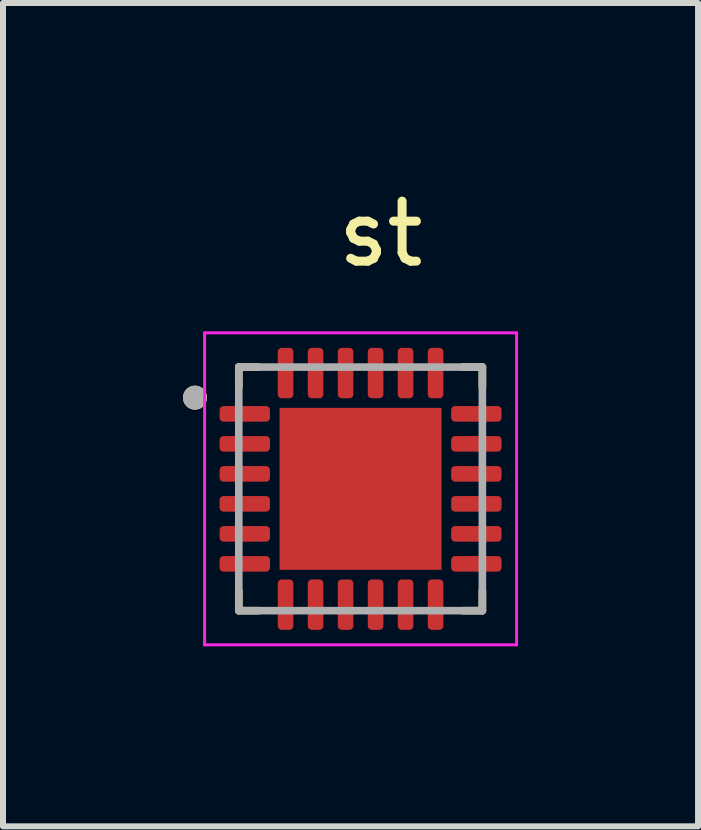
<source format=kicad_pcb>
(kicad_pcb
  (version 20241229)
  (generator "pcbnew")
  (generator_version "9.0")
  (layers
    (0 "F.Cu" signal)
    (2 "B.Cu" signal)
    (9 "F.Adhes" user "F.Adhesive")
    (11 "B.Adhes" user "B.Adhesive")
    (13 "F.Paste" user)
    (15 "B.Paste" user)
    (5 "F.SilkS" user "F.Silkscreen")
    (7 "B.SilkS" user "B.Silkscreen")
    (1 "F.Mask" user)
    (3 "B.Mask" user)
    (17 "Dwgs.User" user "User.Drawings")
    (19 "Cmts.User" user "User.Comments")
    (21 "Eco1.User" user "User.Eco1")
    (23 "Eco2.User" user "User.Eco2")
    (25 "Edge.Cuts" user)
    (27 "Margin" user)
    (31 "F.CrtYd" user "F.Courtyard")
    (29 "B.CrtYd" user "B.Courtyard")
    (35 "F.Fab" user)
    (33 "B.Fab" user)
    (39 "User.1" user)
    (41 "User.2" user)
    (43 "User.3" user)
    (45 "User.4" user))
  (footprint "st"
    (layer "F.Cu")
    (at 2.96 5.098)
    (property "Reference" "st" (at 0.335 -4.25 0) (layer "F.SilkS") (effects (font (size 1 1) (thickness 0.15))))
    (attr smd)
    (fp_line (start -2.03 -2.03) (end -2.03 -1.7) (stroke (width 0.127) (type solid)) (layer "F.SilkS"))
    (fp_line (start -2.03 -2.03) (end -1.7 -2.03) (stroke (width 0.127) (type solid)) (layer "F.SilkS"))
    (fp_line (start -2.03 2.03) (end -2.03 1.7) (stroke (width 0.127) (type solid)) (layer "F.SilkS"))
    (fp_line (start -2.03 2.03) (end -1.7 2.03) (stroke (width 0.127) (type solid)) (layer "F.SilkS"))
    (fp_line (start 2.03 -2.03) (end 1.7 -2.03) (stroke (width 0.127) (type solid)) (layer "F.SilkS"))
    (fp_line (start 2.03 -2.03) (end 2.03 -1.7) (stroke (width 0.127) (type solid)) (layer "F.SilkS"))
    (fp_line (start 2.03 2.03) (end 1.7 2.03) (stroke (width 0.127) (type solid)) (layer "F.SilkS"))
    (fp_line (start 2.03 2.03) (end 2.03 1.7) (stroke (width 0.127) (type solid)) (layer "F.SilkS"))
    (fp_circle (center -2.76 -1.52) (end -2.66 -1.52) (stroke (width 0.2) (type solid)) (fill no) (layer "F.SilkS"))
    (fp_poly (pts (xy -1.09 -1.09) (xy -0.13 -1.09) (xy -0.13 -0.13) (xy -1.09 -0.13)) (stroke (width 0.01) (type solid)) (fill yes) (layer "F.Paste"))
    (fp_poly (pts (xy -1.09 0.13) (xy -0.13 0.13) (xy -0.13 1.09) (xy -1.09 1.09)) (stroke (width 0.01) (type solid)) (fill yes) (layer "F.Paste"))
    (fp_poly (pts (xy 0.13 -1.09) (xy 1.09 -1.09) (xy 1.09 -0.13) (xy 0.13 -0.13)) (stroke (width 0.01) (type solid)) (fill yes) (layer "F.Paste"))
    (fp_poly (pts (xy 0.13 0.13) (xy 1.09 0.13) (xy 1.09 1.09) (xy 0.13 1.09)) (stroke (width 0.01) (type solid)) (fill yes) (layer "F.Paste"))
    (fp_line (start -2.6 -2.6) (end 2.6 -2.6) (stroke (width 0.05) (type solid)) (layer "F.CrtYd"))
    (fp_line (start -2.6 2.6) (end -2.6 -2.6) (stroke (width 0.05) (type solid)) (layer "F.CrtYd"))
    (fp_line (start -2.6 2.6) (end 2.6 2.6) (stroke (width 0.05) (type solid)) (layer "F.CrtYd"))
    (fp_line (start 2.6 2.6) (end 2.6 -2.6) (stroke (width 0.05) (type solid)) (layer "F.CrtYd"))
    (fp_line (start -2.03 2.03) (end -2.03 -2.03) (stroke (width 0.127) (type solid)) (layer "F.Fab"))
    (fp_line (start 2.03 -2.03) (end -2.03 -2.03) (stroke (width 0.127) (type solid)) (layer "F.Fab"))
    (fp_line (start 2.03 2.03) (end -2.03 2.03) (stroke (width 0.127) (type solid)) (layer "F.Fab"))
    (fp_line (start 2.03 2.03) (end 2.03 -2.03) (stroke (width 0.127) (type solid)) (layer "F.Fab"))
    (fp_circle (center -2.76 -1.52) (end -2.66 -1.52) (stroke (width 0.2) (type solid)) (fill no) (layer "F.Fab"))
    (pad "1" smd roundrect (at -1.93 -1.25) (size 0.84 0.26) (layers "F.Cu" "F.Mask" "F.Paste") (roundrect_rratio 0.25))
    (pad "2" smd roundrect (at -1.93 -0.75) (size 0.84 0.26) (layers "F.Cu" "F.Mask" "F.Paste") (roundrect_rratio 0.25))
    (pad "3" smd roundrect (at -1.93 -0.25) (size 0.84 0.26) (layers "F.Cu" "F.Mask" "F.Paste") (roundrect_rratio 0.25))
    (pad "4" smd roundrect (at -1.93 0.25) (size 0.84 0.26) (layers "F.Cu" "F.Mask" "F.Paste") (roundrect_rratio 0.25))
    (pad "5" smd roundrect (at -1.93 0.75) (size 0.84 0.26) (layers "F.Cu" "F.Mask" "F.Paste") (roundrect_rratio 0.25))
    (pad "6" smd roundrect (at -1.93 1.25) (size 0.84 0.26) (layers "F.Cu" "F.Mask" "F.Paste") (roundrect_rratio 0.25))
    (pad "7" smd roundrect (at -1.25 1.93) (size 0.26 0.84) (layers "F.Cu" "F.Mask" "F.Paste") (roundrect_rratio 0.25))
    (pad "8" smd roundrect (at -0.75 1.93) (size 0.26 0.84) (layers "F.Cu" "F.Mask" "F.Paste") (roundrect_rratio 0.25))
    (pad "9" smd roundrect (at -0.25 1.93) (size 0.26 0.84) (layers "F.Cu" "F.Mask" "F.Paste") (roundrect_rratio 0.25))
    (pad "10" smd roundrect (at 0.25 1.93) (size 0.26 0.84) (layers "F.Cu" "F.Mask" "F.Paste") (roundrect_rratio 0.25))
    (pad "11" smd roundrect (at 0.75 1.93) (size 0.26 0.84) (layers "F.Cu" "F.Mask" "F.Paste") (roundrect_rratio 0.25))
    (pad "12" smd roundrect (at 1.25 1.93) (size 0.26 0.84) (layers "F.Cu" "F.Mask" "F.Paste") (roundrect_rratio 0.25))
    (pad "13" smd roundrect (at 1.93 1.25) (size 0.84 0.26) (layers "F.Cu" "F.Mask" "F.Paste") (roundrect_rratio 0.25))
    (pad "14" smd roundrect (at 1.93 0.75) (size 0.84 0.26) (layers "F.Cu" "F.Mask" "F.Paste") (roundrect_rratio 0.25))
    (pad "15" smd roundrect (at 1.93 0.25) (size 0.84 0.26) (layers "F.Cu" "F.Mask" "F.Paste") (roundrect_rratio 0.25))
    (pad "16" smd roundrect (at 1.93 -0.25) (size 0.84 0.26) (layers "F.Cu" "F.Mask" "F.Paste") (roundrect_rratio 0.25))
    (pad "17" smd roundrect (at 1.93 -0.75) (size 0.84 0.26) (layers "F.Cu" "F.Mask" "F.Paste") (roundrect_rratio 0.25))
    (pad "18" smd roundrect (at 1.93 -1.25) (size 0.84 0.26) (layers "F.Cu" "F.Mask" "F.Paste") (roundrect_rratio 0.25))
    (pad "19" smd roundrect (at 1.25 -1.93) (size 0.26 0.84) (layers "F.Cu" "F.Mask" "F.Paste") (roundrect_rratio 0.25))
    (pad "20" smd roundrect (at 0.75 -1.93) (size 0.26 0.84) (layers "F.Cu" "F.Mask" "F.Paste") (roundrect_rratio 0.25))
    (pad "21" smd roundrect (at 0.25 -1.93) (size 0.26 0.84) (layers "F.Cu" "F.Mask" "F.Paste") (roundrect_rratio 0.25))
    (pad "22" smd roundrect (at -0.25 -1.93) (size 0.26 0.84) (layers "F.Cu" "F.Mask" "F.Paste") (roundrect_rratio 0.25))
    (pad "23" smd roundrect (at -0.75 -1.93) (size 0.26 0.84) (layers "F.Cu" "F.Mask" "F.Paste") (roundrect_rratio 0.25))
    (pad "24" smd roundrect (at -1.25 -1.93) (size 0.26 0.84) (layers "F.Cu" "F.Mask" "F.Paste") (roundrect_rratio 0.25))
    (pad "25" smd rect (at 0 0) (size 2.7 2.7) (layers "F.Cu" "F.Mask")))
  (gr_rect
    (start -3 -3)
    (end 8.585 10.723)
    (stroke (width 0.1) (type default))
    (fill no)
    (layer "Edge.Cuts")))
</source>
